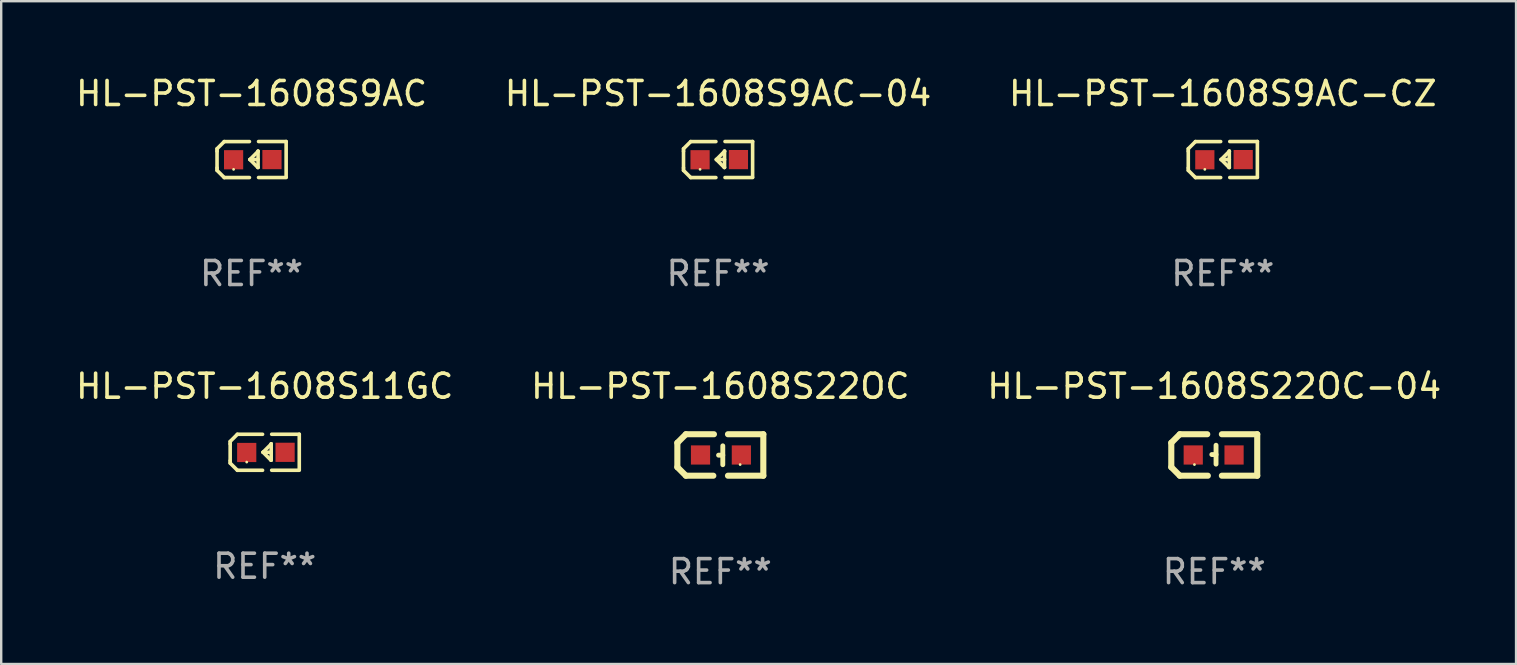
<source format=kicad_pcb>
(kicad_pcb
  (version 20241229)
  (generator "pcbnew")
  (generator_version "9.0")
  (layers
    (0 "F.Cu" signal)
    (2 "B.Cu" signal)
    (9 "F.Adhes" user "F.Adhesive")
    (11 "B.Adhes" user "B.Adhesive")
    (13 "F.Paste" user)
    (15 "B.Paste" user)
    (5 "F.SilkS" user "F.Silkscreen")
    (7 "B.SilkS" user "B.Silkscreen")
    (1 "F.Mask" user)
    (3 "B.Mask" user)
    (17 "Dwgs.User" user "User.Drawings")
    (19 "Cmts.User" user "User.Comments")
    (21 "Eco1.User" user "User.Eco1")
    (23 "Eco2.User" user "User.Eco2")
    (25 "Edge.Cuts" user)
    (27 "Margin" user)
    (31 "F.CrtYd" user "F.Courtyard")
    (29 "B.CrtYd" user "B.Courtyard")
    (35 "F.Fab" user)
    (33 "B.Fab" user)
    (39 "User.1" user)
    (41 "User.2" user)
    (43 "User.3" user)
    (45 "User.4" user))
  (footprint "HL-PST-1608S9AC-CZ"
    (layer "F.Cu")
    (at 47.911 3.599)
    (property "Reference" "HL-PST-1608S9AC-CZ" (at 0 -2.751 0) (layer "F.SilkS") (effects (font (size 1 1) (thickness 0.15))))
    (attr through_hole)
    (fp_line (start -1.44 -0.449) (end -1.14 -0.749) (stroke (width 0.15) (type solid)) (layer "F.SilkS"))
    (fp_line (start -1.44 -0.349) (end -1.44 -0.449) (stroke (width 0.15) (type solid)) (layer "F.SilkS"))
    (fp_line (start -1.44 -0.349) (end -1.44 0.351) (stroke (width 0.15) (type solid)) (layer "F.SilkS"))
    (fp_line (start -1.44 0.351) (end -1.44 0.451) (stroke (width 0.15) (type solid)) (layer "F.SilkS"))
    (fp_line (start -1.44 0.451) (end -1.14 0.751) (stroke (width 0.15) (type solid)) (layer "F.SilkS"))
    (fp_line (start -0.09 -0.749) (end -1.14 -0.749) (stroke (width 0.15) (type solid)) (layer "F.SilkS"))
    (fp_line (start -0.09 0.751) (end -1.14 0.751) (stroke (width 0.15) (type solid)) (layer "F.SilkS"))
    (fp_line (start 0.26 0.329) (end -0.07 -0.001) (stroke (width 0.15) (type solid)) (layer "F.SilkS"))
    (fp_line (start 0.27 -0.351) (end 0.27 -0.341) (stroke (width 0.15) (type solid)) (layer "F.SilkS"))
    (fp_line (start 0.27 -0.351) (end 0.27 0.329) (stroke (width 0.15) (type solid)) (layer "F.SilkS"))
    (fp_line (start 0.27 -0.341) (end -0.07 -0.001) (stroke (width 0.15) (type solid)) (layer "F.SilkS"))
    (fp_line (start 0.27 -0.001) (end -0.07 -0.001) (stroke (width 0.15) (type solid)) (layer "F.SilkS"))
    (fp_line (start 0.27 0.329) (end 0.26 0.329) (stroke (width 0.15) (type solid)) (layer "F.SilkS"))
    (fp_line (start 0.29 -0.751) (end 1.44 -0.751) (stroke (width 0.15) (type solid)) (layer "F.SilkS"))
    (fp_line (start 0.29 0.749) (end 1.44 0.749) (stroke (width 0.15) (type solid)) (layer "F.SilkS"))
    (fp_line (start 1.44 -0.751) (end 1.44 0.729) (stroke (width 0.15) (type solid)) (layer "F.SilkS"))
    (fp_circle (center -0.75 0.409) (end -0.72 0.409) (stroke (width 0.06) (type solid)) (fill no) (layer "F.SilkS"))
    (fp_text user "REF**" (at 0 4.751 0) (layer "F.Fab") (effects (font (size 1 1) (thickness 0.15))))
    (pad "1" smd rect (at -0.75 0.009 90) (size 0.8 0.8) (layers "F.Cu" "F.Mask" "F.Paste"))
    (pad "2" smd rect (at 0.849 0.002 90) (size 0.8 0.8) (layers "F.Cu" "F.Mask" "F.Paste")))
  (footprint "HL-PST-1608S11GC"
    (layer "F.Cu")
    (at 7.982 15.798)
    (property "Reference" "HL-PST-1608S11GC" (at 0 -2.751 0) (layer "F.SilkS") (effects (font (size 1 1) (thickness 0.15))))
    (attr through_hole)
    (fp_line (start -1.44 -0.449) (end -1.14 -0.749) (stroke (width 0.15) (type solid)) (layer "F.SilkS"))
    (fp_line (start -1.44 -0.349) (end -1.44 -0.449) (stroke (width 0.15) (type solid)) (layer "F.SilkS"))
    (fp_line (start -1.44 -0.349) (end -1.44 0.351) (stroke (width 0.15) (type solid)) (layer "F.SilkS"))
    (fp_line (start -1.44 0.351) (end -1.44 0.451) (stroke (width 0.15) (type solid)) (layer "F.SilkS"))
    (fp_line (start -1.44 0.451) (end -1.14 0.751) (stroke (width 0.15) (type solid)) (layer "F.SilkS"))
    (fp_line (start -0.09 -0.749) (end -1.14 -0.749) (stroke (width 0.15) (type solid)) (layer "F.SilkS"))
    (fp_line (start -0.09 0.751) (end -1.14 0.751) (stroke (width 0.15) (type solid)) (layer "F.SilkS"))
    (fp_line (start 0.26 0.329) (end -0.07 -0.001) (stroke (width 0.15) (type solid)) (layer "F.SilkS"))
    (fp_line (start 0.27 -0.351) (end 0.27 -0.341) (stroke (width 0.15) (type solid)) (layer "F.SilkS"))
    (fp_line (start 0.27 -0.351) (end 0.27 0.329) (stroke (width 0.15) (type solid)) (layer "F.SilkS"))
    (fp_line (start 0.27 -0.341) (end -0.07 -0.001) (stroke (width 0.15) (type solid)) (layer "F.SilkS"))
    (fp_line (start 0.27 -0.001) (end -0.07 -0.001) (stroke (width 0.15) (type solid)) (layer "F.SilkS"))
    (fp_line (start 0.27 0.329) (end 0.26 0.329) (stroke (width 0.15) (type solid)) (layer "F.SilkS"))
    (fp_line (start 0.29 -0.751) (end 1.44 -0.751) (stroke (width 0.15) (type solid)) (layer "F.SilkS"))
    (fp_line (start 0.29 0.749) (end 1.44 0.749) (stroke (width 0.15) (type solid)) (layer "F.SilkS"))
    (fp_line (start 1.44 -0.751) (end 1.44 0.729) (stroke (width 0.15) (type solid)) (layer "F.SilkS"))
    (fp_circle (center -0.75 0.409) (end -0.72 0.409) (stroke (width 0.06) (type solid)) (fill no) (layer "F.SilkS"))
    (fp_text user "REF**" (at 0 4.751 0) (layer "F.Fab") (effects (font (size 1 1) (thickness 0.15))))
    (pad "1" smd rect (at -0.75 0.009 90) (size 0.8 0.8) (layers "F.Cu" "F.Mask" "F.Paste"))
    (pad "2" smd rect (at 0.849 0.002 90) (size 0.8 0.8) (layers "F.Cu" "F.Mask" "F.Paste")))
  (footprint "HL-PST-1608S9AC-04"
    (layer "F.Cu")
    (at 26.875 3.599)
    (property "Reference" "HL-PST-1608S9AC-04" (at 0 -2.751 0) (layer "F.SilkS") (effects (font (size 1 1) (thickness 0.15))))
    (attr through_hole)
    (fp_line (start -1.44 -0.449) (end -1.14 -0.749) (stroke (width 0.15) (type solid)) (layer "F.SilkS"))
    (fp_line (start -1.44 -0.349) (end -1.44 -0.449) (stroke (width 0.15) (type solid)) (layer "F.SilkS"))
    (fp_line (start -1.44 -0.349) (end -1.44 0.351) (stroke (width 0.15) (type solid)) (layer "F.SilkS"))
    (fp_line (start -1.44 0.351) (end -1.44 0.451) (stroke (width 0.15) (type solid)) (layer "F.SilkS"))
    (fp_line (start -1.44 0.451) (end -1.14 0.751) (stroke (width 0.15) (type solid)) (layer "F.SilkS"))
    (fp_line (start -0.09 -0.749) (end -1.14 -0.749) (stroke (width 0.15) (type solid)) (layer "F.SilkS"))
    (fp_line (start -0.09 0.751) (end -1.14 0.751) (stroke (width 0.15) (type solid)) (layer "F.SilkS"))
    (fp_line (start 0.26 0.329) (end -0.07 -0.001) (stroke (width 0.15) (type solid)) (layer "F.SilkS"))
    (fp_line (start 0.27 -0.351) (end 0.27 -0.341) (stroke (width 0.15) (type solid)) (layer "F.SilkS"))
    (fp_line (start 0.27 -0.351) (end 0.27 0.329) (stroke (width 0.15) (type solid)) (layer "F.SilkS"))
    (fp_line (start 0.27 -0.341) (end -0.07 -0.001) (stroke (width 0.15) (type solid)) (layer "F.SilkS"))
    (fp_line (start 0.27 -0.001) (end -0.07 -0.001) (stroke (width 0.15) (type solid)) (layer "F.SilkS"))
    (fp_line (start 0.27 0.329) (end 0.26 0.329) (stroke (width 0.15) (type solid)) (layer "F.SilkS"))
    (fp_line (start 0.29 -0.751) (end 1.44 -0.751) (stroke (width 0.15) (type solid)) (layer "F.SilkS"))
    (fp_line (start 0.29 0.749) (end 1.44 0.749) (stroke (width 0.15) (type solid)) (layer "F.SilkS"))
    (fp_line (start 1.44 -0.751) (end 1.44 0.729) (stroke (width 0.15) (type solid)) (layer "F.SilkS"))
    (fp_circle (center -0.75 0.409) (end -0.72 0.409) (stroke (width 0.06) (type solid)) (fill no) (layer "F.SilkS"))
    (fp_text user "REF**" (at 0 4.751 0) (layer "F.Fab") (effects (font (size 1 1) (thickness 0.15))))
    (pad "1" smd rect (at -0.75 0.009 90) (size 0.8 0.8) (layers "F.Cu" "F.Mask" "F.Paste"))
    (pad "2" smd rect (at 0.849 0.002 90) (size 0.8 0.8) (layers "F.Cu" "F.Mask" "F.Paste")))
  (footprint "HL-PST-1608S22OC"
    (layer "F.Cu")
    (at 26.97 15.911)
    (property "Reference" "HL-PST-1608S22OC" (at 0 -2.864 0) (layer "F.SilkS") (effects (font (size 1 1) (thickness 0.15))))
    (attr through_hole)
    (fp_line (start -1.791 -0.508) (end -1.435 -0.864) (stroke (width 0.254) (type solid)) (layer "F.SilkS"))
    (fp_line (start -1.791 0.508) (end -1.791 -0.508) (stroke (width 0.254) (type solid)) (layer "F.SilkS"))
    (fp_line (start -1.435 0.864) (end -1.791 0.508) (stroke (width 0.254) (type solid)) (layer "F.SilkS"))
    (fp_line (start -0.292 0.864) (end -1.435 0.864) (stroke (width 0.254) (type solid)) (layer "F.SilkS"))
    (fp_line (start -0.267 -0.864) (end -1.435 -0.864) (stroke (width 0.254) (type solid)) (layer "F.SilkS"))
    (fp_line (start 0.102 0.008) (end -0.074 0.008) (stroke (width 0.203) (type solid)) (layer "F.SilkS"))
    (fp_line (start 0.102 0.406) (end 0.102 -0.381) (stroke (width 0.203) (type solid)) (layer "F.SilkS"))
    (fp_line (start 1.791 -0.864) (end 0.318 -0.864) (stroke (width 0.254) (type solid)) (layer "F.SilkS"))
    (fp_line (start 1.791 0.864) (end 0.318 0.864) (stroke (width 0.254) (type solid)) (layer "F.SilkS"))
    (fp_line (start 1.791 0.864) (end 1.791 -0.864) (stroke (width 0.254) (type solid)) (layer "F.SilkS"))
    (fp_circle (center 0.825 0.4) (end 0.855 0.4) (stroke (width 0.06) (type solid)) (fill no) (layer "F.SilkS"))
    (fp_text user "REF**" (at 0 4.864 0) (layer "F.Fab") (effects (font (size 1 1) (thickness 0.15))))
    (pad "1" smd rect (at 0.876 0 90) (size 0.8 0.8) (layers "F.Cu" "F.Mask" "F.Paste"))
    (pad "2" smd rect (at -0.826 0 90) (size 0.8 0.8) (layers "F.Cu" "F.Mask" "F.Paste")))
  (footprint "HL-PST-1608S9AC"
    (layer "F.Cu")
    (at 7.435 3.599)
    (property "Reference" "HL-PST-1608S9AC" (at 0 -2.751 0) (layer "F.SilkS") (effects (font (size 1 1) (thickness 0.15))))
    (attr through_hole)
    (fp_line (start -1.44 -0.449) (end -1.14 -0.749) (stroke (width 0.15) (type solid)) (layer "F.SilkS"))
    (fp_line (start -1.44 -0.349) (end -1.44 -0.449) (stroke (width 0.15) (type solid)) (layer "F.SilkS"))
    (fp_line (start -1.44 -0.349) (end -1.44 0.351) (stroke (width 0.15) (type solid)) (layer "F.SilkS"))
    (fp_line (start -1.44 0.351) (end -1.44 0.451) (stroke (width 0.15) (type solid)) (layer "F.SilkS"))
    (fp_line (start -1.44 0.451) (end -1.14 0.751) (stroke (width 0.15) (type solid)) (layer "F.SilkS"))
    (fp_line (start -0.09 -0.749) (end -1.14 -0.749) (stroke (width 0.15) (type solid)) (layer "F.SilkS"))
    (fp_line (start -0.09 0.751) (end -1.14 0.751) (stroke (width 0.15) (type solid)) (layer "F.SilkS"))
    (fp_line (start 0.26 0.329) (end -0.07 -0.001) (stroke (width 0.15) (type solid)) (layer "F.SilkS"))
    (fp_line (start 0.27 -0.351) (end 0.27 -0.341) (stroke (width 0.15) (type solid)) (layer "F.SilkS"))
    (fp_line (start 0.27 -0.351) (end 0.27 0.329) (stroke (width 0.15) (type solid)) (layer "F.SilkS"))
    (fp_line (start 0.27 -0.341) (end -0.07 -0.001) (stroke (width 0.15) (type solid)) (layer "F.SilkS"))
    (fp_line (start 0.27 -0.001) (end -0.07 -0.001) (stroke (width 0.15) (type solid)) (layer "F.SilkS"))
    (fp_line (start 0.27 0.329) (end 0.26 0.329) (stroke (width 0.15) (type solid)) (layer "F.SilkS"))
    (fp_line (start 0.29 -0.751) (end 1.44 -0.751) (stroke (width 0.15) (type solid)) (layer "F.SilkS"))
    (fp_line (start 0.29 0.749) (end 1.44 0.749) (stroke (width 0.15) (type solid)) (layer "F.SilkS"))
    (fp_line (start 1.44 -0.751) (end 1.44 0.729) (stroke (width 0.15) (type solid)) (layer "F.SilkS"))
    (fp_circle (center -0.75 0.409) (end -0.72 0.409) (stroke (width 0.06) (type solid)) (fill no) (layer "F.SilkS"))
    (fp_text user "REF**" (at 0 4.751 0) (layer "F.Fab") (effects (font (size 1 1) (thickness 0.15))))
    (pad "1" smd rect (at -0.75 0.009 90) (size 0.8 0.8) (layers "F.Cu" "F.Mask" "F.Paste"))
    (pad "2" smd rect (at 0.849 0.002 90) (size 0.8 0.8) (layers "F.Cu" "F.Mask" "F.Paste")))
  (footprint "HL-PST-1608S22OC-04"
    (layer "F.Cu")
    (at 47.554 15.911)
    (property "Reference" "HL-PST-1608S22OC-04" (at 0 -2.864 0) (layer "F.SilkS") (effects (font (size 1 1) (thickness 0.15))))
    (attr through_hole)
    (fp_line (start -1.791 -0.508) (end -1.791 0.508) (stroke (width 0.254) (type solid)) (layer "F.SilkS"))
    (fp_line (start -1.791 0.508) (end -1.435 0.864) (stroke (width 0.254) (type solid)) (layer "F.SilkS"))
    (fp_line (start -1.435 -0.864) (end -1.791 -0.508) (stroke (width 0.254) (type solid)) (layer "F.SilkS"))
    (fp_line (start -0.292 -0.864) (end -1.435 -0.864) (stroke (width 0.254) (type solid)) (layer "F.SilkS"))
    (fp_line (start -0.267 0.864) (end -1.435 0.864) (stroke (width 0.254) (type solid)) (layer "F.SilkS"))
    (fp_line (start 0.074 -0.018) (end -0.102 -0.018) (stroke (width 0.203) (type solid)) (layer "F.SilkS"))
    (fp_line (start 0.074 0.381) (end 0.074 -0.406) (stroke (width 0.203) (type solid)) (layer "F.SilkS"))
    (fp_line (start 1.791 -0.864) (end 0.317 -0.864) (stroke (width 0.254) (type solid)) (layer "F.SilkS"))
    (fp_line (start 1.791 -0.864) (end 1.791 0.864) (stroke (width 0.254) (type solid)) (layer "F.SilkS"))
    (fp_line (start 1.791 0.864) (end 0.317 0.864) (stroke (width 0.254) (type solid)) (layer "F.SilkS"))
    (fp_circle (center -0.826 0.4) (end -0.796 0.4) (stroke (width 0.06) (type solid)) (fill no) (layer "F.SilkS"))
    (fp_text user "REF**" (at 0 4.864 0) (layer "F.Fab") (effects (font (size 1 1) (thickness 0.15))))
    (pad "1" smd rect (at -0.876 0.000114 270) (size 0.8 0.8) (layers "F.Cu" "F.Mask" "F.Paste"))
    (pad "2" smd rect (at 0.825 0.000114 270) (size 0.8 0.8) (layers "F.Cu" "F.Mask" "F.Paste")))
  (gr_rect
    (start -3 -3)
    (end 60.131 24.623)
    (stroke (width 0.1) (type default))
    (fill no)
    (layer "Edge.Cuts")))
</source>
